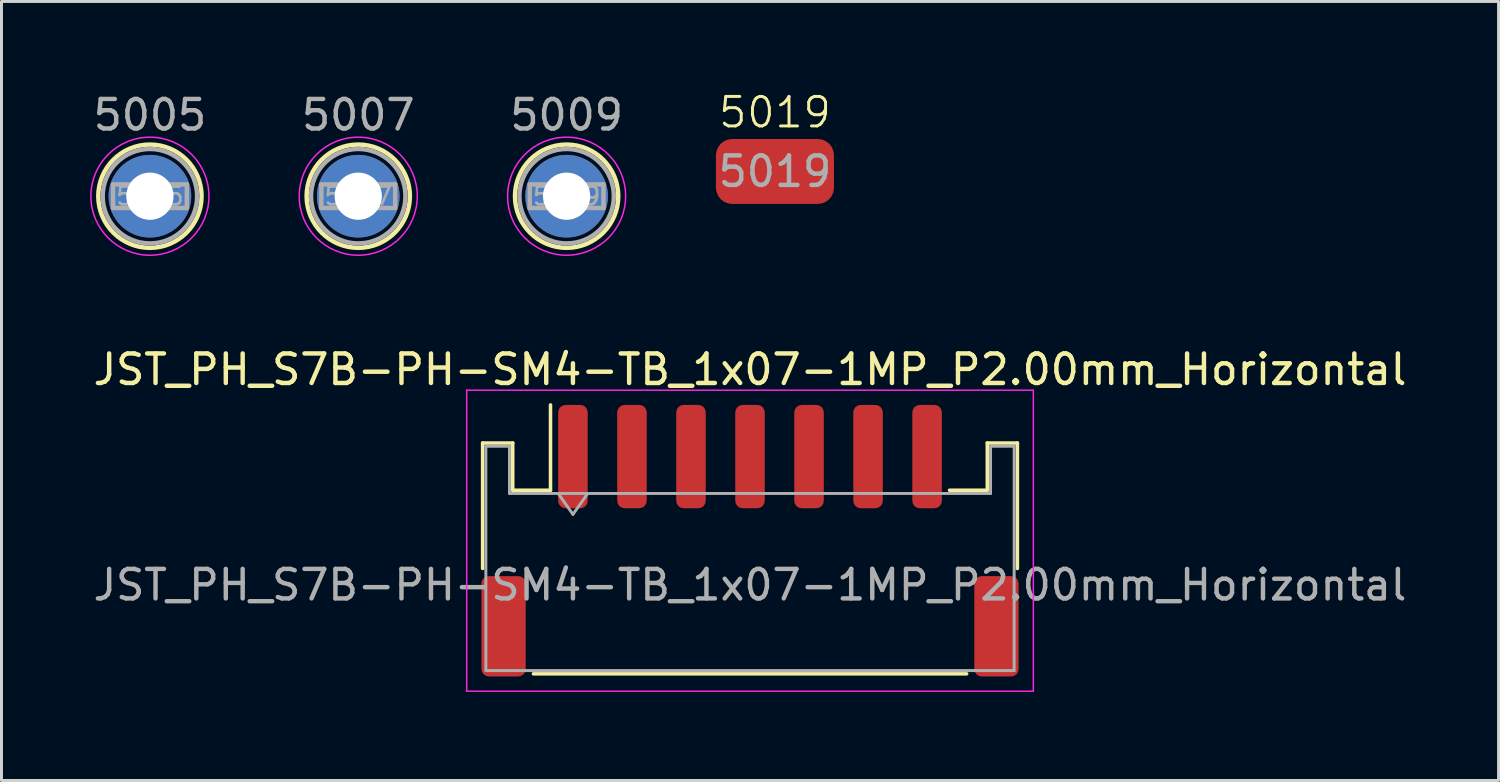
<source format=kicad_pcb>
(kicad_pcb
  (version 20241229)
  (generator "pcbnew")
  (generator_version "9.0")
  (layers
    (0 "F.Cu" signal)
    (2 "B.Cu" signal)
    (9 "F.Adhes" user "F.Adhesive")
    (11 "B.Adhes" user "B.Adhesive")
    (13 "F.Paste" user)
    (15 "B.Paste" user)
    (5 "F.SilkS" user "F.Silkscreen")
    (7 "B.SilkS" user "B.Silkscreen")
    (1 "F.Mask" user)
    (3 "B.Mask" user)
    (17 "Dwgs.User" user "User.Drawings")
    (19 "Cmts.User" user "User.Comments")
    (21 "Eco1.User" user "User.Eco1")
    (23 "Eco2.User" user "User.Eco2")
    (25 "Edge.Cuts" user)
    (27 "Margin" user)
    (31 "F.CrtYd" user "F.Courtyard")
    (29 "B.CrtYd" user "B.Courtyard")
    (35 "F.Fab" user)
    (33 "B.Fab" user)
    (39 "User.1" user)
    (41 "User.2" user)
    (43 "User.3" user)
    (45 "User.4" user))
  (footprint "5005"
    (layer "F.Cu")
    (at 2.03 3.598)
    (property "Reference" "5005" (at 0 -2.75 0) (layer "F.Fab") (effects (font (size 1 1) (thickness 0.15))))
    (attr through_hole)
    (fp_circle (center 0 0) (end 1.75 0) (stroke (width 0.15) (type solid)) (fill no) (layer "F.SilkS"))
    (fp_circle (center 0 0) (end 2 0) (stroke (width 0.05) (type solid)) (fill no) (layer "F.CrtYd"))
    (fp_line (start -1.25 -0.4) (end 1.25 -0.4) (stroke (width 0.15) (type solid)) (layer "F.Fab"))
    (fp_line (start -1.25 0.4) (end -1.25 -0.4) (stroke (width 0.15) (type solid)) (layer "F.Fab"))
    (fp_line (start 1.25 -0.4) (end 1.25 0.4) (stroke (width 0.15) (type solid)) (layer "F.Fab"))
    (fp_line (start 1.25 0.4) (end -1.25 0.4) (stroke (width 0.15) (type solid)) (layer "F.Fab"))
    (fp_circle (center 0 0) (end 1.6 0) (stroke (width 0.15) (type solid)) (fill no) (layer "F.Fab"))
    (fp_text user "${REFERENCE}" (at 0 0 0) (layer "F.Fab") (effects (font (size 0.6 0.6) (thickness 0.09))))
    (pad "1" thru_hole circle (at 0 0) (size 2.8 2.8) (drill 1.6) (layers "*.Cu" "*.Mask")))
  (footprint "5007"
    (layer "F.Cu")
    (at 9.089 3.598)
    (property "Reference" "5007" (at 0 -2.75 0) (layer "F.Fab") (effects (font (size 1 1) (thickness 0.15))))
    (attr through_hole)
    (fp_circle (center 0 0) (end 1.75 0) (stroke (width 0.15) (type solid)) (fill no) (layer "F.SilkS"))
    (fp_circle (center 0 0) (end 2 0) (stroke (width 0.05) (type solid)) (fill no) (layer "F.CrtYd"))
    (fp_line (start -1.25 -0.4) (end 1.25 -0.4) (stroke (width 0.15) (type solid)) (layer "F.Fab"))
    (fp_line (start -1.25 0.4) (end -1.25 -0.4) (stroke (width 0.15) (type solid)) (layer "F.Fab"))
    (fp_line (start 1.25 -0.4) (end 1.25 0.4) (stroke (width 0.15) (type solid)) (layer "F.Fab"))
    (fp_line (start 1.25 0.4) (end -1.25 0.4) (stroke (width 0.15) (type solid)) (layer "F.Fab"))
    (fp_circle (center 0 0) (end 1.6 0) (stroke (width 0.15) (type solid)) (fill no) (layer "F.Fab"))
    (fp_text user "${REFERENCE}" (at 0 0 0) (layer "F.Fab") (effects (font (size 0.6 0.6) (thickness 0.09))))
    (pad "1" thru_hole circle (at 0 0) (size 2.8 2.8) (drill 1.6) (layers "*.Cu" "*.Mask")))
  (footprint "JST_PH_S7B-PH-SM4-TB_1x07-1MP_P2.00mm_Horizontal"
    (layer "F.Cu")
    (at 22.363 15.271)
    (property "Reference" "JST_PH_S7B-PH-SM4-TB_1x07-1MP_P2.00mm_Horizontal" (at 0 -5.8 0) (layer "F.SilkS") (effects (font (size 1 1) (thickness 0.15))))
    (attr smd)
    (fp_line (start -9.06 -3.31) (end -8.04 -3.31) (stroke (width 0.12) (type solid)) (layer "F.SilkS"))
    (fp_line (start -9.06 0.94) (end -9.06 -3.31) (stroke (width 0.12) (type solid)) (layer "F.SilkS"))
    (fp_line (start -8.04 -3.31) (end -8.04 -1.71) (stroke (width 0.12) (type solid)) (layer "F.SilkS"))
    (fp_line (start -8.04 -1.71) (end -6.76 -1.71) (stroke (width 0.12) (type solid)) (layer "F.SilkS"))
    (fp_line (start -7.34 4.51) (end 7.34 4.51) (stroke (width 0.12) (type solid)) (layer "F.SilkS"))
    (fp_line (start -6.76 -1.71) (end -6.76 -4.6) (stroke (width 0.12) (type solid)) (layer "F.SilkS"))
    (fp_line (start 8.04 -3.31) (end 8.04 -1.71) (stroke (width 0.12) (type solid)) (layer "F.SilkS"))
    (fp_line (start 8.04 -1.71) (end 6.76 -1.71) (stroke (width 0.12) (type solid)) (layer "F.SilkS"))
    (fp_line (start 9.06 -3.31) (end 8.04 -3.31) (stroke (width 0.12) (type solid)) (layer "F.SilkS"))
    (fp_line (start 9.06 0.94) (end 9.06 -3.31) (stroke (width 0.12) (type solid)) (layer "F.SilkS"))
    (fp_line (start -9.6 -5.1) (end -9.6 5.1) (stroke (width 0.05) (type solid)) (layer "F.CrtYd"))
    (fp_line (start -9.6 5.1) (end 9.6 5.1) (stroke (width 0.05) (type solid)) (layer "F.CrtYd"))
    (fp_line (start 9.6 -5.1) (end -9.6 -5.1) (stroke (width 0.05) (type solid)) (layer "F.CrtYd"))
    (fp_line (start 9.6 5.1) (end 9.6 -5.1) (stroke (width 0.05) (type solid)) (layer "F.CrtYd"))
    (fp_line (start -8.95 -3.2) (end -8.95 4.4) (stroke (width 0.1) (type solid)) (layer "F.Fab"))
    (fp_line (start -8.95 -3.2) (end -8.15 -3.2) (stroke (width 0.1) (type solid)) (layer "F.Fab"))
    (fp_line (start -8.95 4.4) (end 8.95 4.4) (stroke (width 0.1) (type solid)) (layer "F.Fab"))
    (fp_line (start -8.15 -3.2) (end -8.15 -1.6) (stroke (width 0.1) (type solid)) (layer "F.Fab"))
    (fp_line (start -8.15 -1.6) (end 8.15 -1.6) (stroke (width 0.1) (type solid)) (layer "F.Fab"))
    (fp_line (start -6.5 -1.6) (end -6 -0.893) (stroke (width 0.1) (type solid)) (layer "F.Fab"))
    (fp_line (start -6 -0.893) (end -5.5 -1.6) (stroke (width 0.1) (type solid)) (layer "F.Fab"))
    (fp_line (start 8.15 -3.2) (end 8.95 -3.2) (stroke (width 0.1) (type solid)) (layer "F.Fab"))
    (fp_line (start 8.15 -1.6) (end 8.15 -3.2) (stroke (width 0.1) (type solid)) (layer "F.Fab"))
    (fp_line (start 8.95 -3.2) (end 8.95 4.4) (stroke (width 0.1) (type solid)) (layer "F.Fab"))
    (fp_text user "${REFERENCE}" (at 0 1.5 0) (layer "F.Fab") (effects (font (size 1 1) (thickness 0.15))))
    (pad "1" smd roundrect (at -6 -2.85) (size 1 3.5) (layers "F.Cu" "F.Mask" "F.Paste") (roundrect_rratio 0.25))
    (pad "2" smd roundrect (at -4 -2.85) (size 1 3.5) (layers "F.Cu" "F.Mask" "F.Paste") (roundrect_rratio 0.25))
    (pad "3" smd roundrect (at -2 -2.85) (size 1 3.5) (layers "F.Cu" "F.Mask" "F.Paste") (roundrect_rratio 0.25))
    (pad "4" smd roundrect (at 0 -2.85) (size 1 3.5) (layers "F.Cu" "F.Mask" "F.Paste") (roundrect_rratio 0.25))
    (pad "5" smd roundrect (at 2 -2.85) (size 1 3.5) (layers "F.Cu" "F.Mask" "F.Paste") (roundrect_rratio 0.25))
    (pad "6" smd roundrect (at 4 -2.85) (size 1 3.5) (layers "F.Cu" "F.Mask" "F.Paste") (roundrect_rratio 0.25))
    (pad "7" smd roundrect (at 6 -2.85) (size 1 3.5) (layers "F.Cu" "F.Mask" "F.Paste") (roundrect_rratio 0.25))
    (pad "MP" smd roundrect (at -8.35 2.9) (size 1.5 3.4) (layers "F.Cu" "F.Mask" "F.Paste") (roundrect_rratio 0.167))
    (pad "MP" smd roundrect (at 8.35 2.9) (size 1.5 3.4) (layers "F.Cu" "F.Mask" "F.Paste") (roundrect_rratio 0.167)))
  (footprint "5009"
    (layer "F.Cu")
    (at 16.149 3.598)
    (property "Reference" "5009" (at 0 -2.75 0) (layer "F.Fab") (effects (font (size 1 1) (thickness 0.15))))
    (attr through_hole)
    (fp_circle (center 0 0) (end 1.75 0) (stroke (width 0.15) (type solid)) (fill no) (layer "F.SilkS"))
    (fp_circle (center 0 0) (end 2 0) (stroke (width 0.05) (type solid)) (fill no) (layer "F.CrtYd"))
    (fp_line (start -1.25 -0.4) (end 1.25 -0.4) (stroke (width 0.15) (type solid)) (layer "F.Fab"))
    (fp_line (start -1.25 0.4) (end -1.25 -0.4) (stroke (width 0.15) (type solid)) (layer "F.Fab"))
    (fp_line (start 1.25 -0.4) (end 1.25 0.4) (stroke (width 0.15) (type solid)) (layer "F.Fab"))
    (fp_line (start 1.25 0.4) (end -1.25 0.4) (stroke (width 0.15) (type solid)) (layer "F.Fab"))
    (fp_circle (center 0 0) (end 1.6 0) (stroke (width 0.15) (type solid)) (fill no) (layer "F.Fab"))
    (fp_text user "${REFERENCE}" (at 0 0 0) (layer "F.Fab") (effects (font (size 0.6 0.6) (thickness 0.09))))
    (pad "1" thru_hole circle (at 0 0) (size 2.8 2.8) (drill 1.6) (layers "*.Cu" "*.Mask")))
  (footprint "5019"
    (layer "F.Cu")
    (at 23.208 2.76)
    (property "Reference" "5019" (at 0 -2 0) (layer "F.SilkS") (effects (font (size 1 1) (thickness 0.1))))
    (attr smd)
    (fp_text user "${REFERENCE}" (at 0 0 0) (layer "F.Fab") (effects (font (size 1 1) (thickness 0.15))))
    (pad "1" smd roundrect (at 0 0) (size 4 2.2) (layers "F.Cu" "F.Mask" "F.Paste") (roundrect_rratio 0.25)))
  (gr_rect
    (start -3 -3)
    (end 47.726 23.396)
    (stroke (width 0.1) (type default))
    (fill no)
    (layer "Edge.Cuts")))
</source>
